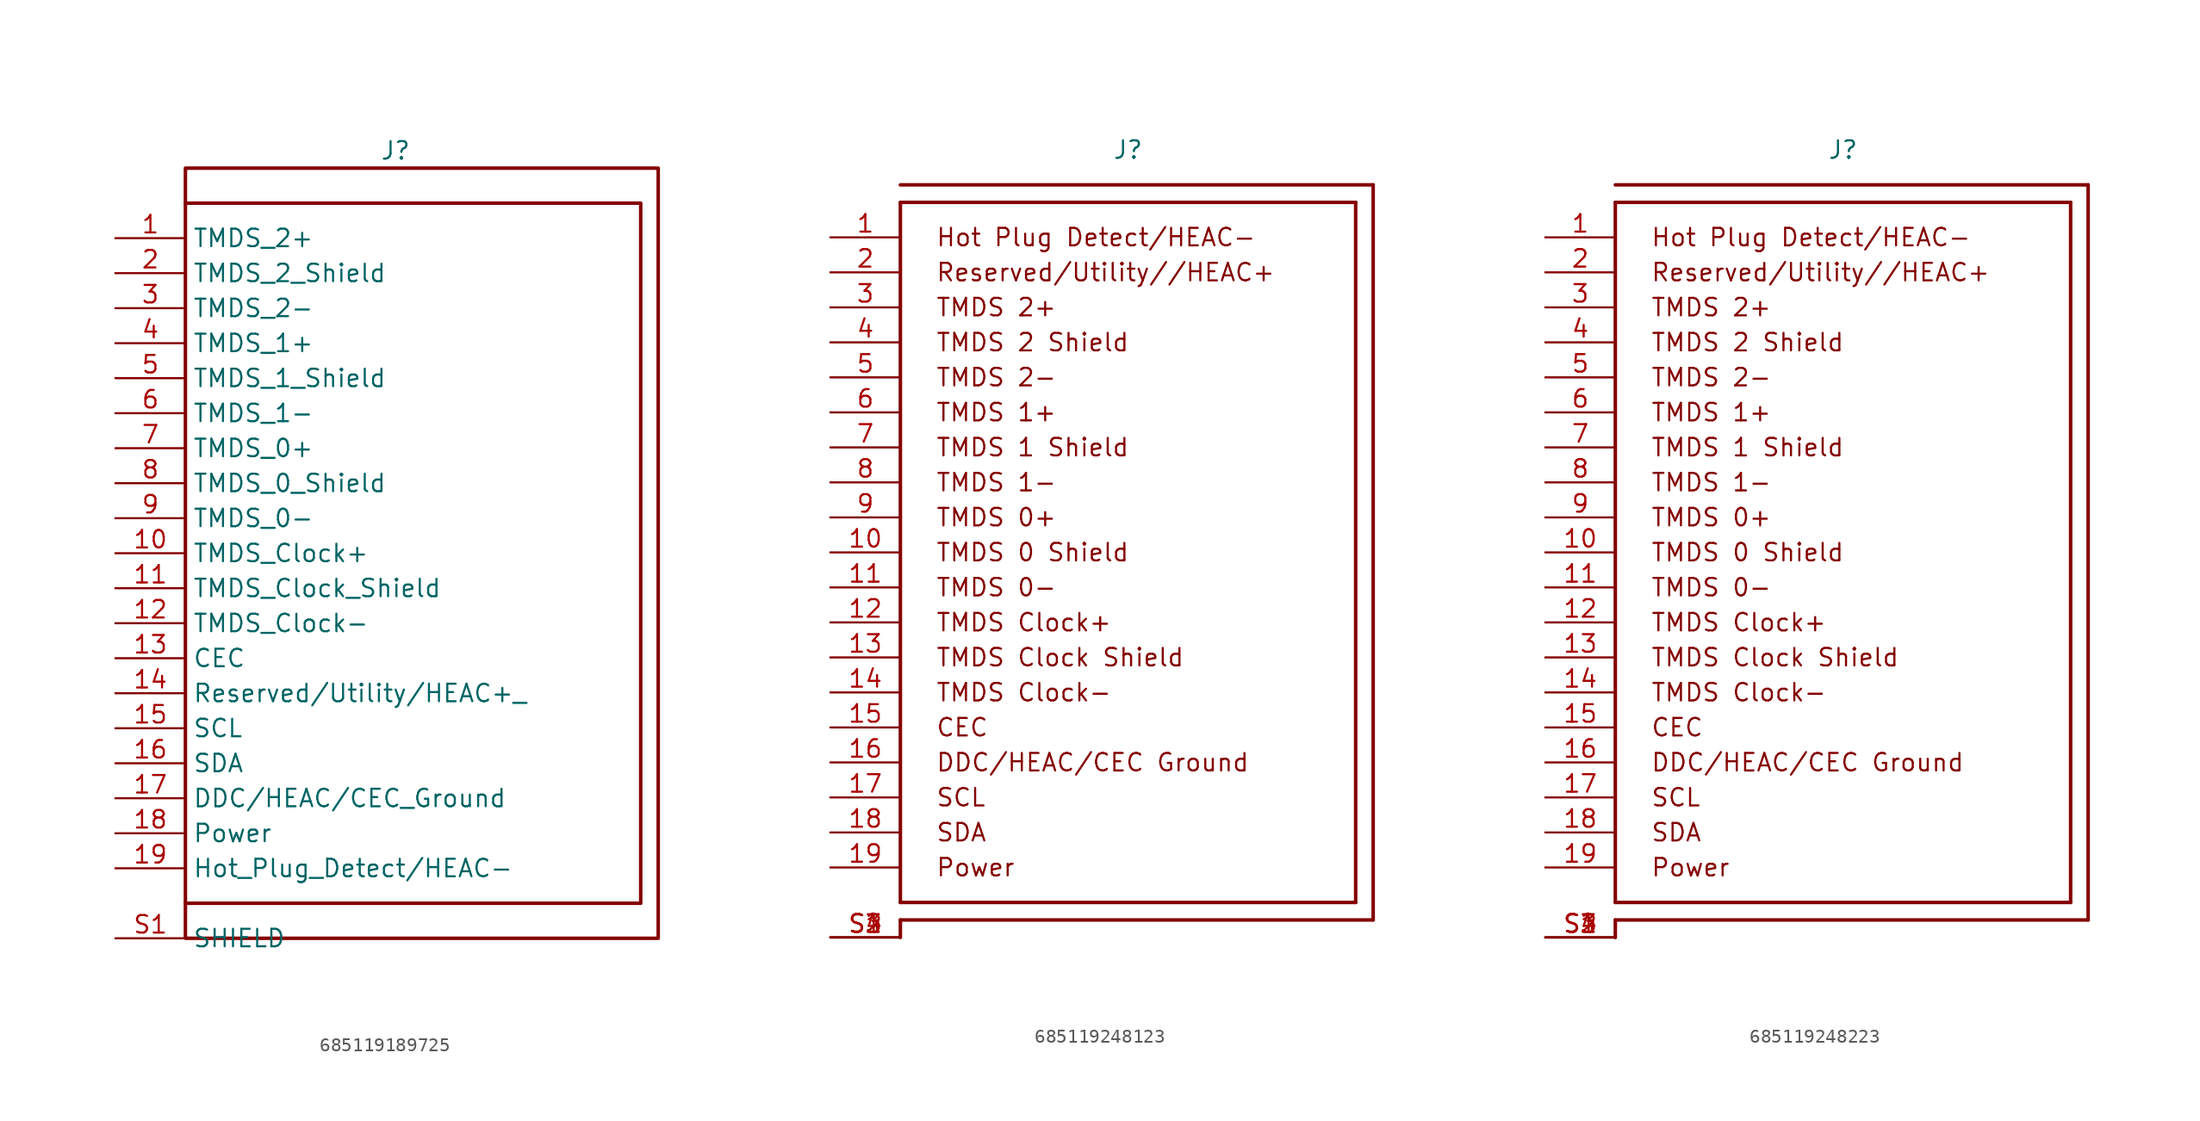
<source format=kicad_sym>
(kicad_symbol_lib
  (version 20241209)
  (generator "kicad_symbol_editor")
  (generator_version "9.0")
  (symbol "685119189725"
    (property "Reference" "J"
      (at 0 29.21 0)
      (effects (font (size 1.27 1.27))))
    (property "Critical Parameter" ""
      (at 0 -5.08 0)
      (effects (font (size 1.27 1.27)) (justify left)))
    (symbol "685119189725_0_0"
      (pin passive line (at -20.32 -27.94 0) (length 5.08) (name "SHIELD" (effects (font (size 1.27 1.27)))) (number "S1" (effects (font (size 1.27 1.27))))))
    (symbol "685119189725_1_0"
      (pin passive line (at -20.32 22.86 0) (length 5.08) (name "TMDS_2+" (effects (font (size 1.27 1.27)))) (number "1" (effects (font (size 1.27 1.27)))))
      (pin passive line (at -20.32 20.32 0) (length 5.08) (name "TMDS_2_Shield" (effects (font (size 1.27 1.27)))) (number "2" (effects (font (size 1.27 1.27)))))
      (pin passive line (at -20.32 17.78 0) (length 5.08) (name "TMDS_2-" (effects (font (size 1.27 1.27)))) (number "3" (effects (font (size 1.27 1.27)))))
      (pin passive line (at -20.32 15.24 0) (length 5.08) (name "TMDS_1+" (effects (font (size 1.27 1.27)))) (number "4" (effects (font (size 1.27 1.27)))))
      (pin passive line (at -20.32 12.7 0) (length 5.08) (name "TMDS_1_Shield" (effects (font (size 1.27 1.27)))) (number "5" (effects (font (size 1.27 1.27)))))
      (pin passive line (at -20.32 10.16 0) (length 5.08) (name "TMDS_1-" (effects (font (size 1.27 1.27)))) (number "6" (effects (font (size 1.27 1.27)))))
      (pin passive line (at -20.32 7.62 0) (length 5.08) (name "TMDS_0+" (effects (font (size 1.27 1.27)))) (number "7" (effects (font (size 1.27 1.27)))))
      (pin passive line (at -20.32 5.08 0) (length 5.08) (name "TMDS_0_Shield" (effects (font (size 1.27 1.27)))) (number "8" (effects (font (size 1.27 1.27)))))
      (pin passive line (at -20.32 2.54 0) (length 5.08) (name "TMDS_0-" (effects (font (size 1.27 1.27)))) (number "9" (effects (font (size 1.27 1.27)))))
      (pin passive line (at -20.32 0 0) (length 5.08) (name "TMDS_Clock+" (effects (font (size 1.27 1.27)))) (number "10" (effects (font (size 1.27 1.27)))))
      (pin passive line (at -20.32 -2.54 0) (length 5.08) (name "TMDS_Clock_Shield" (effects (font (size 1.27 1.27)))) (number "11" (effects (font (size 1.27 1.27)))))
      (pin passive line (at -20.32 -5.08 0) (length 5.08) (name "TMDS_Clock-" (effects (font (size 1.27 1.27)))) (number "12" (effects (font (size 1.27 1.27)))))
      (pin passive line (at -20.32 -7.62 0) (length 5.08) (name "CEC" (effects (font (size 1.27 1.27)))) (number "13" (effects (font (size 1.27 1.27)))))
      (pin passive line (at -20.32 -10.16 0) (length 5.08) (name "Reserved/Utility/HEAC+_" (effects (font (size 1.27 1.27)))) (number "14" (effects (font (size 1.27 1.27)))))
      (pin passive line (at -20.32 -12.7 0) (length 5.08) (name "SCL" (effects (font (size 1.27 1.27)))) (number "15" (effects (font (size 1.27 1.27)))))
      (pin passive line (at -20.32 -15.24 0) (length 5.08) (name "SDA" (effects (font (size 1.27 1.27)))) (number "16" (effects (font (size 1.27 1.27)))))
      (pin passive line (at -20.32 -17.78 0) (length 5.08) (name "DDC/HEAC/CEC_Ground" (effects (font (size 1.27 1.27)))) (number "17" (effects (font (size 1.27 1.27)))))
      (pin power_in line (at -20.32 -20.32 0) (length 5.08) (name "Power" (effects (font (size 1.27 1.27)))) (number "18" (effects (font (size 1.27 1.27)))))
      (pin passive line (at -20.32 -22.86 0) (length 5.08) (name "Hot_Plug_Detect/HEAC-" (effects (font (size 1.27 1.27)))) (number "19" (effects (font (size 1.27 1.27)))))
      (pin passive line (at -20.32 -27.94 0) (length 5.08) (hide yes) (name "SHIELD2" (effects (font (size 1.27 1.27)))) (number "S2" (effects (font (size 1.27 1.27)))))
      (pin passive line (at -20.32 -27.94 0) (length 5.08) (hide yes) (name "SHIELD3" (effects (font (size 1.27 1.27)))) (number "S3" (effects (font (size 1.27 1.27)))))
      (pin passive line (at -20.32 -27.94 0) (length 5.08) (hide yes) (name "SHIELD4" (effects (font (size 1.27 1.27)))) (number "S4" (effects (font (size 1.27 1.27))))))
    (symbol "685119189725_1_1"
      (rectangle (start -15.24 27.94) (end 19.05 -27.94) (stroke (width 0.254) (type default)) (fill (type none)))
      (polyline (pts (xy -15.24 25.4) (xy 17.78 25.4) (xy 17.78 -25.4) (xy -15.24 -25.4)) (stroke (width 0.254) (type default)) (fill (type none)))))
  (symbol "685119248123"
    (pin_names
      (hide yes))
    (property "Reference" "J"
      (at 0 29.21 0)
      (effects (font (size 1.27 1.27))))
    (symbol "685119248123_1_0"
      (polyline (pts (xy -16.51 26.67) (xy 17.78 26.67)) (stroke (width 0.254) (type solid)) (fill (type none)))
      (polyline (pts (xy -16.51 25.4) (xy -16.51 -25.4)) (stroke (width 0.254) (type solid)) (fill (type none)))
      (polyline (pts (xy -16.51 -25.4) (xy 16.51 -25.4)) (stroke (width 0.254) (type solid)) (fill (type none)))
      (polyline (pts (xy -16.51 -26.67) (xy -16.51 -27.94)) (stroke (width 0.254) (type solid)) (fill (type none)))
      (polyline (pts (xy 16.51 25.4) (xy -16.51 25.4)) (stroke (width 0.254) (type solid)) (fill (type none)))
      (polyline (pts (xy 16.51 -25.4) (xy 16.51 25.4)) (stroke (width 0.254) (type solid)) (fill (type none)))
      (polyline (pts (xy 17.78 26.67) (xy 17.78 -26.67)) (stroke (width 0.254) (type solid)) (fill (type none)))
      (polyline (pts (xy 17.78 -26.67) (xy -16.51 -26.67)) (stroke (width 0.254) (type solid)) (fill (type none)))
      (text "Hot Plug Detect/HEAC-" (at -13.97 22.86 0) (effects (font (size 1.27 1.27)) (justify left)))
      (text "Reserved/Utility//HEAC+" (at -13.97 20.32 0) (effects (font (size 1.27 1.27)) (justify left)))
      (text "TMDS 2+" (at -13.97 17.78 0) (effects (font (size 1.27 1.27)) (justify left)))
      (text "TMDS 2 Shield" (at -13.97 15.24 0) (effects (font (size 1.27 1.27)) (justify left)))
      (text "TMDS 2-" (at -13.97 12.7 0) (effects (font (size 1.27 1.27)) (justify left)))
      (text "TMDS 1+" (at -13.97 10.16 0) (effects (font (size 1.27 1.27)) (justify left)))
      (text "TMDS 1 Shield" (at -13.97 7.62 0) (effects (font (size 1.27 1.27)) (justify left)))
      (text "TMDS 1-" (at -13.97 5.08 0) (effects (font (size 1.27 1.27)) (justify left)))
      (text "TMDS 0+" (at -13.97 2.54 0) (effects (font (size 1.27 1.27)) (justify left)))
      (text "TMDS 0 Shield" (at -13.97 0 0) (effects (font (size 1.27 1.27)) (justify left)))
      (text "TMDS 0-" (at -13.97 -2.54 0) (effects (font (size 1.27 1.27)) (justify left)))
      (text "TMDS Clock+" (at -13.97 -5.08 0) (effects (font (size 1.27 1.27)) (justify left)))
      (text "TMDS Clock Shield" (at -13.97 -7.62 0) (effects (font (size 1.27 1.27)) (justify left)))
      (text "TMDS Clock-" (at -13.97 -10.16 0) (effects (font (size 1.27 1.27)) (justify left)))
      (text "CEC" (at -13.97 -12.7 0) (effects (font (size 1.27 1.27)) (justify left)))
      (text "DDC/HEAC/CEC Ground" (at -13.97 -15.24 0) (effects (font (size 1.27 1.27)) (justify left)))
      (text "SCL" (at -13.97 -17.78 0) (effects (font (size 1.27 1.27)) (justify left)))
      (text "SDA" (at -13.97 -20.32 0) (effects (font (size 1.27 1.27)) (justify left)))
      (text "Power" (at -13.97 -22.86 0) (effects (font (size 1.27 1.27)) (justify left)))
      (pin passive line (at -21.59 22.86 0) (length 5.08) (name "HEAC-" (effects (font (size 1.27 1.27)))) (number "1" (effects (font (size 1.27 1.27)))))
      (pin passive line (at -21.59 20.32 0) (length 5.08) (name "HEAC+" (effects (font (size 1.27 1.27)))) (number "2" (effects (font (size 1.27 1.27)))))
      (pin passive line (at -21.59 17.78 0) (length 5.08) (name "TMDS2+" (effects (font (size 1.27 1.27)))) (number "3" (effects (font (size 1.27 1.27)))))
      (pin passive line (at -21.59 15.24 0) (length 5.08) (name "TMDS2SHIELD" (effects (font (size 1.27 1.27)))) (number "4" (effects (font (size 1.27 1.27)))))
      (pin passive line (at -21.59 12.7 0) (length 5.08) (name "TMDS2-" (effects (font (size 1.27 1.27)))) (number "5" (effects (font (size 1.27 1.27)))))
      (pin passive line (at -21.59 10.16 0) (length 5.08) (name "TMDS1+" (effects (font (size 1.27 1.27)))) (number "6" (effects (font (size 1.27 1.27)))))
      (pin passive line (at -21.59 7.62 0) (length 5.08) (name "TMDS1SHIELD" (effects (font (size 1.27 1.27)))) (number "7" (effects (font (size 1.27 1.27)))))
      (pin passive line (at -21.59 5.08 0) (length 5.08) (name "TMDS1-" (effects (font (size 1.27 1.27)))) (number "8" (effects (font (size 1.27 1.27)))))
      (pin passive line (at -21.59 2.54 0) (length 5.08) (name "TMDS0+" (effects (font (size 1.27 1.27)))) (number "9" (effects (font (size 1.27 1.27)))))
      (pin passive line (at -21.59 0 0) (length 5.08) (name "TMDS0SHIELD" (effects (font (size 1.27 1.27)))) (number "10" (effects (font (size 1.27 1.27)))))
      (pin passive line (at -21.59 -2.54 0) (length 5.08) (name "TMDS0-" (effects (font (size 1.27 1.27)))) (number "11" (effects (font (size 1.27 1.27)))))
      (pin passive line (at -21.59 -5.08 0) (length 5.08) (name "TMDSCLOCK+" (effects (font (size 1.27 1.27)))) (number "12" (effects (font (size 1.27 1.27)))))
      (pin passive line (at -21.59 -7.62 0) (length 5.08) (name "TMDSCLOCKSHIELD" (effects (font (size 1.27 1.27)))) (number "13" (effects (font (size 1.27 1.27)))))
      (pin passive line (at -21.59 -10.16 0) (length 5.08) (name "TMDSCLOCK-" (effects (font (size 1.27 1.27)))) (number "14" (effects (font (size 1.27 1.27)))))
      (pin passive line (at -21.59 -12.7 0) (length 5.08) (name "CEC" (effects (font (size 1.27 1.27)))) (number "15" (effects (font (size 1.27 1.27)))))
      (pin passive line (at -21.59 -15.24 0) (length 5.08) (name "DDC/HEAC/CECGROUND" (effects (font (size 1.27 1.27)))) (number "16" (effects (font (size 1.27 1.27)))))
      (pin passive line (at -21.59 -17.78 0) (length 5.08) (name "SCL" (effects (font (size 1.27 1.27)))) (number "17" (effects (font (size 1.27 1.27)))))
      (pin passive line (at -21.59 -20.32 0) (length 5.08) (name "SDA" (effects (font (size 1.27 1.27)))) (number "18" (effects (font (size 1.27 1.27)))))
      (pin power_in line (at -21.59 -22.86 0) (length 5.08) (name "POWER" (effects (font (size 1.27 1.27)))) (number "19" (effects (font (size 1.27 1.27)))))
      (pin passive line (at -21.59 -27.94 0) (length 5.08) (name "SHIELD" (effects (font (size 1.27 1.27)))) (number "S1" (effects (font (size 1.27 1.27)))))
      (pin passive line (at -21.59 -27.94 0) (length 5.08) (name "SHIELD" (effects (font (size 1.27 1.27)))) (number "S2" (effects (font (size 1.27 1.27)))))
      (pin passive line (at -21.59 -27.94 0) (length 5.08) (name "SHIELD" (effects (font (size 1.27 1.27)))) (number "S3" (effects (font (size 1.27 1.27)))))
      (pin passive line (at -21.59 -27.94 0) (length 5.08) (name "SHIELD" (effects (font (size 1.27 1.27)))) (number "S4" (effects (font (size 1.27 1.27)))))))
  (symbol "685119248223"
    (pin_names
      (hide yes))
    (property "Reference" "J"
      (at 0 29.21 0)
      (effects (font (size 1.27 1.27))))
    (symbol "685119248223_1_0"
      (polyline (pts (xy -16.51 26.67) (xy 17.78 26.67)) (stroke (width 0.254) (type solid)) (fill (type none)))
      (polyline (pts (xy -16.51 25.4) (xy -16.51 -25.4)) (stroke (width 0.254) (type solid)) (fill (type none)))
      (polyline (pts (xy -16.51 -25.4) (xy 16.51 -25.4)) (stroke (width 0.254) (type solid)) (fill (type none)))
      (polyline (pts (xy -16.51 -26.67) (xy -16.51 -27.94)) (stroke (width 0.254) (type solid)) (fill (type none)))
      (polyline (pts (xy 16.51 25.4) (xy -16.51 25.4)) (stroke (width 0.254) (type solid)) (fill (type none)))
      (polyline (pts (xy 16.51 -25.4) (xy 16.51 25.4)) (stroke (width 0.254) (type solid)) (fill (type none)))
      (polyline (pts (xy 17.78 26.67) (xy 17.78 -26.67)) (stroke (width 0.254) (type solid)) (fill (type none)))
      (polyline (pts (xy 17.78 -26.67) (xy -16.51 -26.67)) (stroke (width 0.254) (type solid)) (fill (type none)))
      (text "Hot Plug Detect/HEAC-" (at -13.97 22.86 0) (effects (font (size 1.27 1.27)) (justify left)))
      (text "Reserved/Utility//HEAC+" (at -13.97 20.32 0) (effects (font (size 1.27 1.27)) (justify left)))
      (text "TMDS 2+" (at -13.97 17.78 0) (effects (font (size 1.27 1.27)) (justify left)))
      (text "TMDS 2 Shield" (at -13.97 15.24 0) (effects (font (size 1.27 1.27)) (justify left)))
      (text "TMDS 2-" (at -13.97 12.7 0) (effects (font (size 1.27 1.27)) (justify left)))
      (text "TMDS 1+" (at -13.97 10.16 0) (effects (font (size 1.27 1.27)) (justify left)))
      (text "TMDS 1 Shield" (at -13.97 7.62 0) (effects (font (size 1.27 1.27)) (justify left)))
      (text "TMDS 1-" (at -13.97 5.08 0) (effects (font (size 1.27 1.27)) (justify left)))
      (text "TMDS 0+" (at -13.97 2.54 0) (effects (font (size 1.27 1.27)) (justify left)))
      (text "TMDS 0 Shield" (at -13.97 0 0) (effects (font (size 1.27 1.27)) (justify left)))
      (text "TMDS 0-" (at -13.97 -2.54 0) (effects (font (size 1.27 1.27)) (justify left)))
      (text "TMDS Clock+" (at -13.97 -5.08 0) (effects (font (size 1.27 1.27)) (justify left)))
      (text "TMDS Clock Shield" (at -13.97 -7.62 0) (effects (font (size 1.27 1.27)) (justify left)))
      (text "TMDS Clock-" (at -13.97 -10.16 0) (effects (font (size 1.27 1.27)) (justify left)))
      (text "CEC" (at -13.97 -12.7 0) (effects (font (size 1.27 1.27)) (justify left)))
      (text "DDC/HEAC/CEC Ground" (at -13.97 -15.24 0) (effects (font (size 1.27 1.27)) (justify left)))
      (text "SCL" (at -13.97 -17.78 0) (effects (font (size 1.27 1.27)) (justify left)))
      (text "SDA" (at -13.97 -20.32 0) (effects (font (size 1.27 1.27)) (justify left)))
      (text "Power" (at -13.97 -22.86 0) (effects (font (size 1.27 1.27)) (justify left)))
      (pin passive line (at -21.59 22.86 0) (length 5.08) (name "HEAC-" (effects (font (size 1.27 1.27)))) (number "1" (effects (font (size 1.27 1.27)))))
      (pin passive line (at -21.59 20.32 0) (length 5.08) (name "HEAC+" (effects (font (size 1.27 1.27)))) (number "2" (effects (font (size 1.27 1.27)))))
      (pin passive line (at -21.59 17.78 0) (length 5.08) (name "TMDS2+" (effects (font (size 1.27 1.27)))) (number "3" (effects (font (size 1.27 1.27)))))
      (pin passive line (at -21.59 15.24 0) (length 5.08) (name "TMDS2SHIELD" (effects (font (size 1.27 1.27)))) (number "4" (effects (font (size 1.27 1.27)))))
      (pin passive line (at -21.59 12.7 0) (length 5.08) (name "TMDS2-" (effects (font (size 1.27 1.27)))) (number "5" (effects (font (size 1.27 1.27)))))
      (pin passive line (at -21.59 10.16 0) (length 5.08) (name "TMDS1+" (effects (font (size 1.27 1.27)))) (number "6" (effects (font (size 1.27 1.27)))))
      (pin passive line (at -21.59 7.62 0) (length 5.08) (name "TMDS1SHIELD" (effects (font (size 1.27 1.27)))) (number "7" (effects (font (size 1.27 1.27)))))
      (pin passive line (at -21.59 5.08 0) (length 5.08) (name "TMDS1-" (effects (font (size 1.27 1.27)))) (number "8" (effects (font (size 1.27 1.27)))))
      (pin passive line (at -21.59 2.54 0) (length 5.08) (name "TMDS0+" (effects (font (size 1.27 1.27)))) (number "9" (effects (font (size 1.27 1.27)))))
      (pin passive line (at -21.59 0 0) (length 5.08) (name "TMDS0SHIELD" (effects (font (size 1.27 1.27)))) (number "10" (effects (font (size 1.27 1.27)))))
      (pin passive line (at -21.59 -2.54 0) (length 5.08) (name "TMDS0-" (effects (font (size 1.27 1.27)))) (number "11" (effects (font (size 1.27 1.27)))))
      (pin passive line (at -21.59 -5.08 0) (length 5.08) (name "TMDSCLOCK+" (effects (font (size 1.27 1.27)))) (number "12" (effects (font (size 1.27 1.27)))))
      (pin passive line (at -21.59 -7.62 0) (length 5.08) (name "TMDSCLOCKSHIELD" (effects (font (size 1.27 1.27)))) (number "13" (effects (font (size 1.27 1.27)))))
      (pin passive line (at -21.59 -10.16 0) (length 5.08) (name "TMDSCLOCK-" (effects (font (size 1.27 1.27)))) (number "14" (effects (font (size 1.27 1.27)))))
      (pin passive line (at -21.59 -12.7 0) (length 5.08) (name "CEC" (effects (font (size 1.27 1.27)))) (number "15" (effects (font (size 1.27 1.27)))))
      (pin passive line (at -21.59 -15.24 0) (length 5.08) (name "DDC/HEAC/CECGROUND" (effects (font (size 1.27 1.27)))) (number "16" (effects (font (size 1.27 1.27)))))
      (pin passive line (at -21.59 -17.78 0) (length 5.08) (name "SCL" (effects (font (size 1.27 1.27)))) (number "17" (effects (font (size 1.27 1.27)))))
      (pin passive line (at -21.59 -20.32 0) (length 5.08) (name "SDA" (effects (font (size 1.27 1.27)))) (number "18" (effects (font (size 1.27 1.27)))))
      (pin power_in line (at -21.59 -22.86 0) (length 5.08) (name "POWER" (effects (font (size 1.27 1.27)))) (number "19" (effects (font (size 1.27 1.27)))))
      (pin passive line (at -21.59 -27.94 0) (length 5.08) (name "SHIELD" (effects (font (size 1.27 1.27)))) (number "S1" (effects (font (size 1.27 1.27)))))
      (pin passive line (at -21.59 -27.94 0) (length 5.08) (name "SHIELD" (effects (font (size 1.27 1.27)))) (number "S2" (effects (font (size 1.27 1.27)))))
      (pin passive line (at -21.59 -27.94 0) (length 5.08) (name "SHIELD" (effects (font (size 1.27 1.27)))) (number "S3" (effects (font (size 1.27 1.27)))))
      (pin passive line (at -21.59 -27.94 0) (length 5.08) (name "SHIELD" (effects (font (size 1.27 1.27)))) (number "S4" (effects (font (size 1.27 1.27))))))))
</source>
